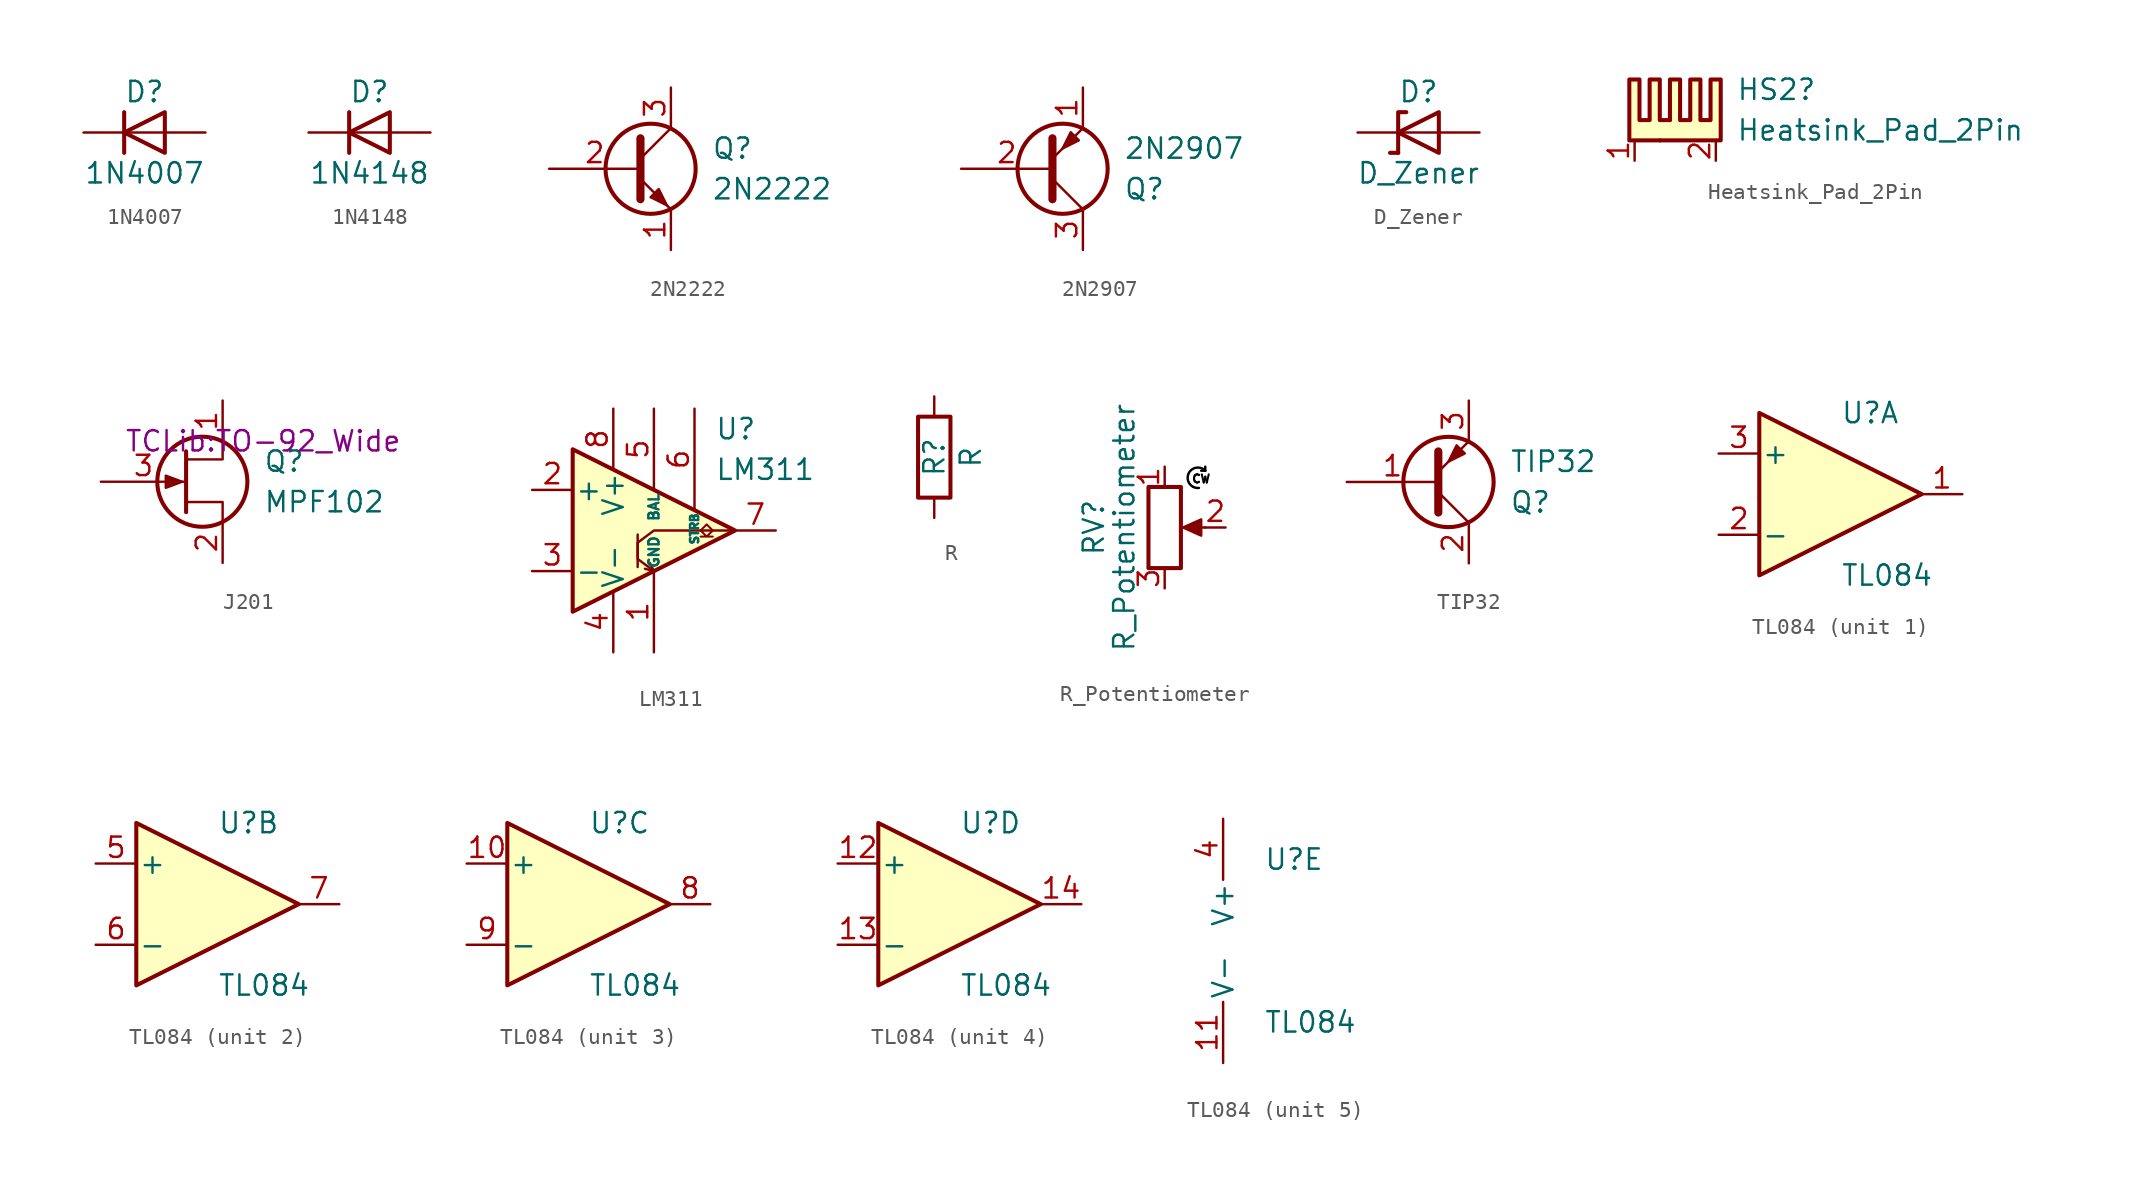
<source format=kicad_sym>
(kicad_symbol_lib
  (version 20231120)
  (generator "kicad_symbol_editor")
  (generator_version "8.0")
  (symbol "1N4007"
    (pin_numbers hide)
    (pin_names
      (offset 1.016) hide)
    (property "Reference" "D"
      (at 0 2.54 0)
      (effects (font (size 1.27 1.27))))
    (property "Value" "1N4007"
      (at 0 -2.54 0)
      (effects (font (size 1.27 1.27))))
    (symbol "1N4007_0_1"
      (polyline (pts (xy -1.27 1.27) (xy -1.27 -1.27)) (stroke (width 0.254) (type default)) (fill (type none)))
      (polyline (pts (xy 1.27 0) (xy -1.27 0)) (stroke (width 0) (type default)) (fill (type none)))
      (polyline (pts (xy 1.27 1.27) (xy 1.27 -1.27) (xy -1.27 0) (xy 1.27 1.27)) (stroke (width 0.254) (type default)) (fill (type none))))
    (symbol "1N4007_1_1"
      (pin passive line (at -3.81 0 0) (length 2.54) (name "K" (effects (font (size 1.27 1.27)))) (number "1" (effects (font (size 1.27 1.27)))))
      (pin passive line (at 3.81 0 180) (length 2.54) (name "A" (effects (font (size 1.27 1.27)))) (number "2" (effects (font (size 1.27 1.27)))))))
  (symbol "1N4148"
    (pin_numbers hide)
    (pin_names
      (offset 1.016) hide)
    (property "Reference" "D"
      (at 0 2.54 0)
      (effects (font (size 1.27 1.27))))
    (property "Value" "1N4148"
      (at 0 -2.54 0)
      (effects (font (size 1.27 1.27))))
    (symbol "1N4148_0_1"
      (polyline (pts (xy -1.27 1.27) (xy -1.27 -1.27)) (stroke (width 0.254) (type default)) (fill (type none)))
      (polyline (pts (xy 1.27 0) (xy -1.27 0)) (stroke (width 0) (type default)) (fill (type none)))
      (polyline (pts (xy 1.27 1.27) (xy 1.27 -1.27) (xy -1.27 0) (xy 1.27 1.27)) (stroke (width 0.254) (type default)) (fill (type none))))
    (symbol "1N4148_1_1"
      (pin passive line (at -3.81 0 0) (length 2.54) (name "K" (effects (font (size 1.27 1.27)))) (number "1" (effects (font (size 1.27 1.27)))))
      (pin passive line (at 3.81 0 180) (length 2.54) (name "A" (effects (font (size 1.27 1.27)))) (number "2" (effects (font (size 1.27 1.27)))))))
  (symbol "2N2222"
    (pin_names
      (offset 0) hide)
    (property "Reference" "Q"
      (at 5.08 1.27 0)
      (effects (font (size 1.27 1.27)) (justify left)))
    (property "Value" "2N2222"
      (at 5.08 -1.27 0)
      (effects (font (size 1.27 1.27)) (justify left)))
    (symbol "2N2222_0_1"
      (polyline (pts (xy 0.635 0.635) (xy 2.54 2.54)) (stroke (width 0) (type default)) (fill (type none)))
      (polyline (pts (xy 0.635 -0.635) (xy 2.54 -2.54) (xy 2.54 -2.54)) (stroke (width 0) (type default)) (fill (type none)))
      (polyline (pts (xy 0.635 1.905) (xy 0.635 -1.905) (xy 0.635 -1.905)) (stroke (width 0.508) (type default)) (fill (type none)))
      (polyline (pts (xy 1.27 -1.778) (xy 1.778 -1.27) (xy 2.286 -2.286) (xy 1.27 -1.778) (xy 1.27 -1.778)) (stroke (width 0) (type default)) (fill (type outline)))
      (circle (center 1.27 0) (radius 2.819) (stroke (width 0.254) (type default)) (fill (type none))))
    (symbol "2N2222_1_1"
      (pin passive line (at 2.54 -5.08 90) (length 2.54) (name "E" (effects (font (size 1.27 1.27)))) (number "1" (effects (font (size 1.27 1.27)))))
      (pin passive line (at -5.08 0 0) (length 5.715) (name "B" (effects (font (size 1.27 1.27)))) (number "2" (effects (font (size 1.27 1.27)))))
      (pin passive line (at 2.54 5.08 270) (length 2.54) (name "C" (effects (font (size 1.27 1.27)))) (number "3" (effects (font (size 1.27 1.27)))))))
  (symbol "2N2907"
    (pin_names
      (offset 0) hide)
    (property "Reference" "Q"
      (at 2.54 -1.27 0)
      (effects (font (size 1.27 1.27)) (justify left)))
    (property "Value" "2N2907"
      (at 2.54 1.27 0)
      (effects (font (size 1.27 1.27)) (justify left)))
    (symbol "2N2907_0_1"
      (circle (center -1.27 0) (radius 2.819) (stroke (width 0.254) (type default)) (fill (type none)))
      (polyline (pts (xy -1.905 -0.635) (xy 0 -2.54)) (stroke (width 0) (type default)) (fill (type none)))
      (polyline (pts (xy -1.905 -1.905) (xy -1.905 1.905) (xy -1.905 1.905)) (stroke (width 0.508) (type default)) (fill (type none)))
      (polyline (pts (xy -1.905 0.635) (xy 0 2.54) (xy 0 2.54)) (stroke (width 0) (type default)) (fill (type none)))
      (polyline (pts (xy -0.254 1.778) (xy -0.762 2.286) (xy -1.27 1.27) (xy -0.254 1.778) (xy -0.254 1.778)) (stroke (width 0) (type default)) (fill (type outline))))
    (symbol "2N2907_1_1"
      (pin passive line (at 0 5.08 270) (length 2.54) (name "E" (effects (font (size 1.27 1.27)))) (number "1" (effects (font (size 1.27 1.27)))))
      (pin input line (at -7.62 0 0) (length 5.715) (name "B" (effects (font (size 1.27 1.27)))) (number "2" (effects (font (size 1.27 1.27)))))
      (pin passive line (at 0 -5.08 90) (length 2.54) (name "C" (effects (font (size 1.27 1.27)))) (number "3" (effects (font (size 1.27 1.27)))))))
  (symbol "D_Zener"
    (pin_numbers hide)
    (pin_names
      (offset 1.016) hide)
    (property "Reference" "D"
      (at 0 2.54 0)
      (effects (font (size 1.27 1.27))))
    (property "Value" "D_Zener"
      (at 0 -2.54 0)
      (effects (font (size 1.27 1.27))))
    (symbol "D_Zener_0_1"
      (polyline (pts (xy 1.27 0) (xy -1.27 0)) (stroke (width 0) (type default)) (fill (type none)))
      (polyline (pts (xy -1.27 -1.27) (xy -1.27 1.27) (xy -0.762 1.27)) (stroke (width 0.254) (type default)) (fill (type none)))
      (polyline (pts (xy 1.27 -1.27) (xy 1.27 1.27) (xy -1.27 0) (xy 1.27 -1.27)) (stroke (width 0.254) (type default)) (fill (type none))))
    (symbol "D_Zener_1_1"
      (polyline (pts (xy -1.27 -1.27) (xy -1.778 -1.27)) (stroke (width 0.254) (type default)) (fill (type none)))
      (pin passive line (at -3.81 0 0) (length 2.54) (name "K" (effects (font (size 1.27 1.27)))) (number "1" (effects (font (size 1.27 1.27)))))
      (pin passive line (at 3.81 0 180) (length 2.54) (name "A" (effects (font (size 1.27 1.27)))) (number "2" (effects (font (size 1.27 1.27)))))))
  (symbol "Heatsink_Pad_2Pin"
    (pin_names
      (offset 0))
    (property "Reference" "HS2"
      (at 3.81 1.905 0)
      (effects (font (size 1.27 1.27)) (justify left)))
    (property "Value" "Heatsink_Pad_2Pin"
      (at 3.81 -0.635 0)
      (effects (font (size 1.27 1.27)) (justify left)))
    (symbol "Heatsink_Pad_2Pin_0_1"
      (polyline (pts (xy -0.33 0) (xy -0.965 0) (xy -0.965 2.54) (xy -1.6 2.54) (xy -1.6 0) (xy -2.235 0) (xy -2.235 2.54) (xy -2.87 2.54) (xy -2.87 -1.27) (xy -0.965 -1.27)) (stroke (width 0.254) (type default)) (fill (type background)))
      (polyline (pts (xy -0.33 0) (xy -0.33 2.54) (xy 0.305 2.54) (xy 0.305 0) (xy 0.94 0) (xy 0.94 2.54) (xy 1.575 2.54) (xy 1.575 0) (xy 2.21 0) (xy 2.21 2.54) (xy 2.845 2.54) (xy 2.845 -1.27) (xy -0.965 -1.27)) (stroke (width 0.254) (type default)) (fill (type background))))
    (symbol "Heatsink_Pad_2Pin_1_1"
      (pin passive line (at -2.54 -2.54 90) (length 1.27) (name "~" (effects (font (size 1.27 1.27)))) (number "1" (effects (font (size 1.27 1.27)))))
      (pin passive line (at 2.54 -2.54 90) (length 1.27) (name "~" (effects (font (size 1.27 1.27)))) (number "2" (effects (font (size 1.27 1.27)))))))
  (symbol "J201"
    (pin_names
      (offset 0) hide)
    (property "Reference" "Q"
      (at 5.08 1.27 0)
      (effects (font (size 1.27 1.27)) (justify left)))
    (property "Value" "MPF102"
      (at 5.08 -1.27 0)
      (effects (font (size 1.27 1.27)) (justify left)))
    (property "Footprint" "TCLib:TO-92_Wide"
      (at 5.08 2.54 0)
      (effects (font (size 1.27 1.27))))
    (symbol "J201_0_1"
      (polyline (pts (xy 0.254 1.905) (xy 0.254 -1.905) (xy 0.254 -1.905)) (stroke (width 0.254) (type default)) (fill (type none)))
      (polyline (pts (xy 2.54 -2.54) (xy 2.54 -1.27) (xy 0.254 -1.27)) (stroke (width 0) (type default)) (fill (type none)))
      (polyline (pts (xy 2.54 2.54) (xy 2.54 1.397) (xy 0.254 1.397)) (stroke (width 0) (type default)) (fill (type none)))
      (polyline (pts (xy 0 0) (xy -1.016 0.381) (xy -1.016 -0.381) (xy 0 0)) (stroke (width 0) (type default)) (fill (type outline)))
      (circle (center 1.27 0) (radius 2.819) (stroke (width 0.254) (type default)) (fill (type none))))
    (symbol "J201_1_1"
      (pin passive line (at 2.54 5.08 270) (length 2.54) (name "D" (effects (font (size 1.27 1.27)))) (number "1" (effects (font (size 1.27 1.27)))))
      (pin passive line (at 2.54 -5.08 90) (length 2.54) (name "S" (effects (font (size 1.27 1.27)))) (number "2" (effects (font (size 1.27 1.27)))))
      (pin input line (at -5.08 0 0) (length 5.334) (name "G" (effects (font (size 1.27 1.27)))) (number "3" (effects (font (size 1.27 1.27)))))))
  (symbol "LM311"
    (pin_names
      (offset 0.127))
    (property "Reference" "U"
      (at 3.81 6.35 0)
      (effects (font (size 1.27 1.27)) (justify left)))
    (property "Value" "LM311"
      (at 3.81 3.81 0)
      (effects (font (size 1.27 1.27)) (justify left)))
    (symbol "LM311_0_1"
      (polyline (pts (xy 5.08 0) (xy -5.08 5.08) (xy -5.08 -5.08) (xy 5.08 0)) (stroke (width 0.254) (type default)) (fill (type background)))
      (polyline (pts (xy 3.683 -0.381) (xy 3.302 -0.381) (xy 3.683 0) (xy 3.302 0.381) (xy 2.921 0) (xy 3.302 -0.381) (xy 2.921 -0.381)) (stroke (width 0.127) (type default)) (fill (type none))))
    (symbol "LM311_1_1"
      (polyline (pts (xy -1.016 -0.254) (xy -1.016 -2.286)) (stroke (width 0) (type default)) (fill (type none)))
      (polyline (pts (xy 0 -2.54) (xy -0.562 -2.394)) (stroke (width 0) (type default)) (fill (type none)))
      (polyline (pts (xy 0 -2.54) (xy -0.254 -2.032)) (stroke (width 0) (type default)) (fill (type none)))
      (polyline (pts (xy 0 -2.54) (xy -1.016 -1.778) (xy -1.016 -0.762) (xy 0 0) (xy 5.08 0)) (stroke (width 0) (type default)) (fill (type none)))
      (pin passive line (at 0 -7.62 90) (length 5.08) (name "GND" (effects (font (size 0.635 0.635)))) (number "1" (effects (font (size 1.27 1.27)))))
      (pin input line (at -7.62 2.54 0) (length 2.54) (name "+" (effects (font (size 1.27 1.27)))) (number "2" (effects (font (size 1.27 1.27)))))
      (pin input line (at -7.62 -2.54 0) (length 2.54) (name "-" (effects (font (size 1.27 1.27)))) (number "3" (effects (font (size 1.27 1.27)))))
      (pin power_in line (at -2.54 -7.62 90) (length 3.81) (name "V-" (effects (font (size 1.27 1.27)))) (number "4" (effects (font (size 1.27 1.27)))))
      (pin input line (at 0 7.62 270) (length 5.08) (name "BAL" (effects (font (size 0.635 0.635)))) (number "5" (effects (font (size 1.27 1.27)))))
      (pin input line (at 2.54 7.62 270) (length 6.35) (name "STRB" (effects (font (size 0.508 0.508)))) (number "6" (effects (font (size 1.27 1.27)))))
      (pin open_collector line (at 7.62 0 180) (length 2.54) (name "~" (effects (font (size 1.27 1.27)))) (number "7" (effects (font (size 1.27 1.27)))))
      (pin power_in line (at -2.54 7.62 270) (length 3.81) (name "V+" (effects (font (size 1.27 1.27)))) (number "8" (effects (font (size 1.27 1.27)))))))
  (symbol "R"
    (pin_numbers hide)
    (pin_names
      (offset 0))
    (property "Reference" "R"
      (at 0 0 90)
      (effects (font (size 1.27 1.27))))
    (property "Value" "R"
      (at 2.286 0 90)
      (effects (font (size 1.27 1.27))))
    (symbol "R_0_1"
      (rectangle (start -1.016 -2.54) (end 1.016 2.54) (stroke (width 0.254) (type default)) (fill (type none))))
    (symbol "R_1_1"
      (pin passive line (at 0 3.81 270) (length 1.27) (name "~" (effects (font (size 1.27 1.27)))) (number "1" (effects (font (size 1.27 1.27)))))
      (pin passive line (at 0 -3.81 90) (length 1.27) (name "~" (effects (font (size 1.27 1.27)))) (number "2" (effects (font (size 1.27 1.27)))))))
  (symbol "R_Potentiometer"
    (pin_names
      (offset 1.016) hide)
    (property "Reference" "RV"
      (at -4.445 0 90)
      (effects (font (size 1.27 1.27))))
    (property "Value" "R_Potentiometer"
      (at -2.54 0 90)
      (effects (font (size 1.27 1.27))))
    (symbol "R_Potentiometer_0_1"
      (rectangle (start -1.016 2.54) (end 1.016 -2.54) (stroke (width 0.254) (type default)) (fill (type none)))
      (polyline (pts (xy 2.54 0) (xy 1.524 0)) (stroke (width 0) (type default)) (fill (type none)))
      (polyline (pts (xy 1.143 0) (xy 2.286 0.508) (xy 2.286 -0.508) (xy 1.143 0)) (stroke (width 0) (type default)) (fill (type outline))))
    (symbol "R_Potentiometer_1_1"
      (polyline (pts (xy 1.778 2.54) (xy 1.778 2.54)) (stroke (width 0) (type default)) (fill (type none)))
      (polyline (pts (xy 2.54 3.556) (xy 2.286 3.556)) (stroke (width 0) (type default) (color 0 0 0 1)) (fill (type none)))
      (polyline (pts (xy 2.54 3.556) (xy 2.54 3.81)) (stroke (width 0) (type default) (color 0 0 0 1)) (fill (type none)))
      (arc (start 2.54 3.556) (mid 1.4761 3.3343) (end 2.1441 2.4771) (stroke (width 0) (type default) (color 0 0 0 1)) (fill (type none)))
      (text "CW" (at 2.286 3.048 0) (effects (font (size 0.508 0.508) (color 0 0 0 1))))
      (pin passive line (at 0 3.81 270) (length 1.27) (name "1" (effects (font (size 1.27 1.27)))) (number "1" (effects (font (size 1.27 1.27)))))
      (pin passive line (at 3.81 0 180) (length 1.27) (name "2" (effects (font (size 1.27 1.27)))) (number "2" (effects (font (size 1.27 1.27)))))
      (pin passive line (at 0 -3.81 90) (length 1.27) (name "3" (effects (font (size 1.27 1.27)))) (number "3" (effects (font (size 1.27 1.27)))))))
  (symbol "TIP32"
    (pin_names
      (offset 0) hide)
    (property "Reference" "Q"
      (at 2.54 -1.27 0)
      (effects (font (size 1.27 1.27)) (justify left)))
    (property "Value" "TIP32"
      (at 2.54 1.27 0)
      (effects (font (size 1.27 1.27)) (justify left)))
    (symbol "TIP32_0_1"
      (circle (center -1.27 0) (radius 2.819) (stroke (width 0.254) (type default)) (fill (type none)))
      (polyline (pts (xy -1.905 -0.635) (xy 0 -2.54)) (stroke (width 0) (type default)) (fill (type none)))
      (polyline (pts (xy -1.905 -1.905) (xy -1.905 1.905) (xy -1.905 1.905)) (stroke (width 0.508) (type default)) (fill (type none)))
      (polyline (pts (xy -1.905 0.635) (xy 0 2.54) (xy 0 2.54)) (stroke (width 0) (type default)) (fill (type none)))
      (polyline (pts (xy -0.254 1.778) (xy -0.762 2.286) (xy -1.27 1.27) (xy -0.254 1.778) (xy -0.254 1.778)) (stroke (width 0) (type default)) (fill (type outline))))
    (symbol "TIP32_1_1"
      (pin input line (at -7.62 0 0) (length 5.715) (name "B" (effects (font (size 1.27 1.27)))) (number "1" (effects (font (size 1.27 1.27)))))
      (pin passive line (at 0 -5.08 90) (length 2.54) (name "C" (effects (font (size 1.27 1.27)))) (number "2" (effects (font (size 1.27 1.27)))))
      (pin passive line (at 0 5.08 270) (length 2.54) (name "E" (effects (font (size 1.27 1.27)))) (number "3" (effects (font (size 1.27 1.27)))))))
  (symbol "TL084"
    (pin_names
      (offset 0.127))
    (property "Reference" "U"
      (at 0 5.08 0)
      (effects (font (size 1.27 1.27)) (justify left)))
    (property "Value" "TL084"
      (at 0 -5.08 0)
      (effects (font (size 1.27 1.27)) (justify left)))
    (property "ki_locked" ""
      (at 0 0 0)
      (effects (font (size 1.27 1.27))))
    (symbol "TL084_1_1"
      (polyline (pts (xy -5.08 5.08) (xy 5.08 0) (xy -5.08 -5.08) (xy -5.08 5.08)) (stroke (width 0.254) (type default)) (fill (type background)))
      (pin output line (at 7.62 0 180) (length 2.54) (name "~" (effects (font (size 1.27 1.27)))) (number "1" (effects (font (size 1.27 1.27)))))
      (pin input line (at -7.62 -2.54 0) (length 2.54) (name "-" (effects (font (size 1.27 1.27)))) (number "2" (effects (font (size 1.27 1.27)))))
      (pin input line (at -7.62 2.54 0) (length 2.54) (name "+" (effects (font (size 1.27 1.27)))) (number "3" (effects (font (size 1.27 1.27))))))
    (symbol "TL084_2_1"
      (polyline (pts (xy -5.08 5.08) (xy 5.08 0) (xy -5.08 -5.08) (xy -5.08 5.08)) (stroke (width 0.254) (type default)) (fill (type background)))
      (pin input line (at -7.62 2.54 0) (length 2.54) (name "+" (effects (font (size 1.27 1.27)))) (number "5" (effects (font (size 1.27 1.27)))))
      (pin input line (at -7.62 -2.54 0) (length 2.54) (name "-" (effects (font (size 1.27 1.27)))) (number "6" (effects (font (size 1.27 1.27)))))
      (pin output line (at 7.62 0 180) (length 2.54) (name "~" (effects (font (size 1.27 1.27)))) (number "7" (effects (font (size 1.27 1.27))))))
    (symbol "TL084_3_1"
      (polyline (pts (xy -5.08 5.08) (xy 5.08 0) (xy -5.08 -5.08) (xy -5.08 5.08)) (stroke (width 0.254) (type default)) (fill (type background)))
      (pin input line (at -7.62 2.54 0) (length 2.54) (name "+" (effects (font (size 1.27 1.27)))) (number "10" (effects (font (size 1.27 1.27)))))
      (pin output line (at 7.62 0 180) (length 2.54) (name "~" (effects (font (size 1.27 1.27)))) (number "8" (effects (font (size 1.27 1.27)))))
      (pin input line (at -7.62 -2.54 0) (length 2.54) (name "-" (effects (font (size 1.27 1.27)))) (number "9" (effects (font (size 1.27 1.27))))))
    (symbol "TL084_4_1"
      (polyline (pts (xy -5.08 5.08) (xy 5.08 0) (xy -5.08 -5.08) (xy -5.08 5.08)) (stroke (width 0.254) (type default)) (fill (type background)))
      (pin input line (at -7.62 2.54 0) (length 2.54) (name "+" (effects (font (size 1.27 1.27)))) (number "12" (effects (font (size 1.27 1.27)))))
      (pin input line (at -7.62 -2.54 0) (length 2.54) (name "-" (effects (font (size 1.27 1.27)))) (number "13" (effects (font (size 1.27 1.27)))))
      (pin output line (at 7.62 0 180) (length 2.54) (name "~" (effects (font (size 1.27 1.27)))) (number "14" (effects (font (size 1.27 1.27))))))
    (symbol "TL084_5_1"
      (pin power_in line (at -2.54 -7.62 90) (length 3.81) (name "V-" (effects (font (size 1.27 1.27)))) (number "11" (effects (font (size 1.27 1.27)))))
      (pin power_in line (at -2.54 7.62 270) (length 3.81) (name "V+" (effects (font (size 1.27 1.27)))) (number "4" (effects (font (size 1.27 1.27))))))))
</source>
